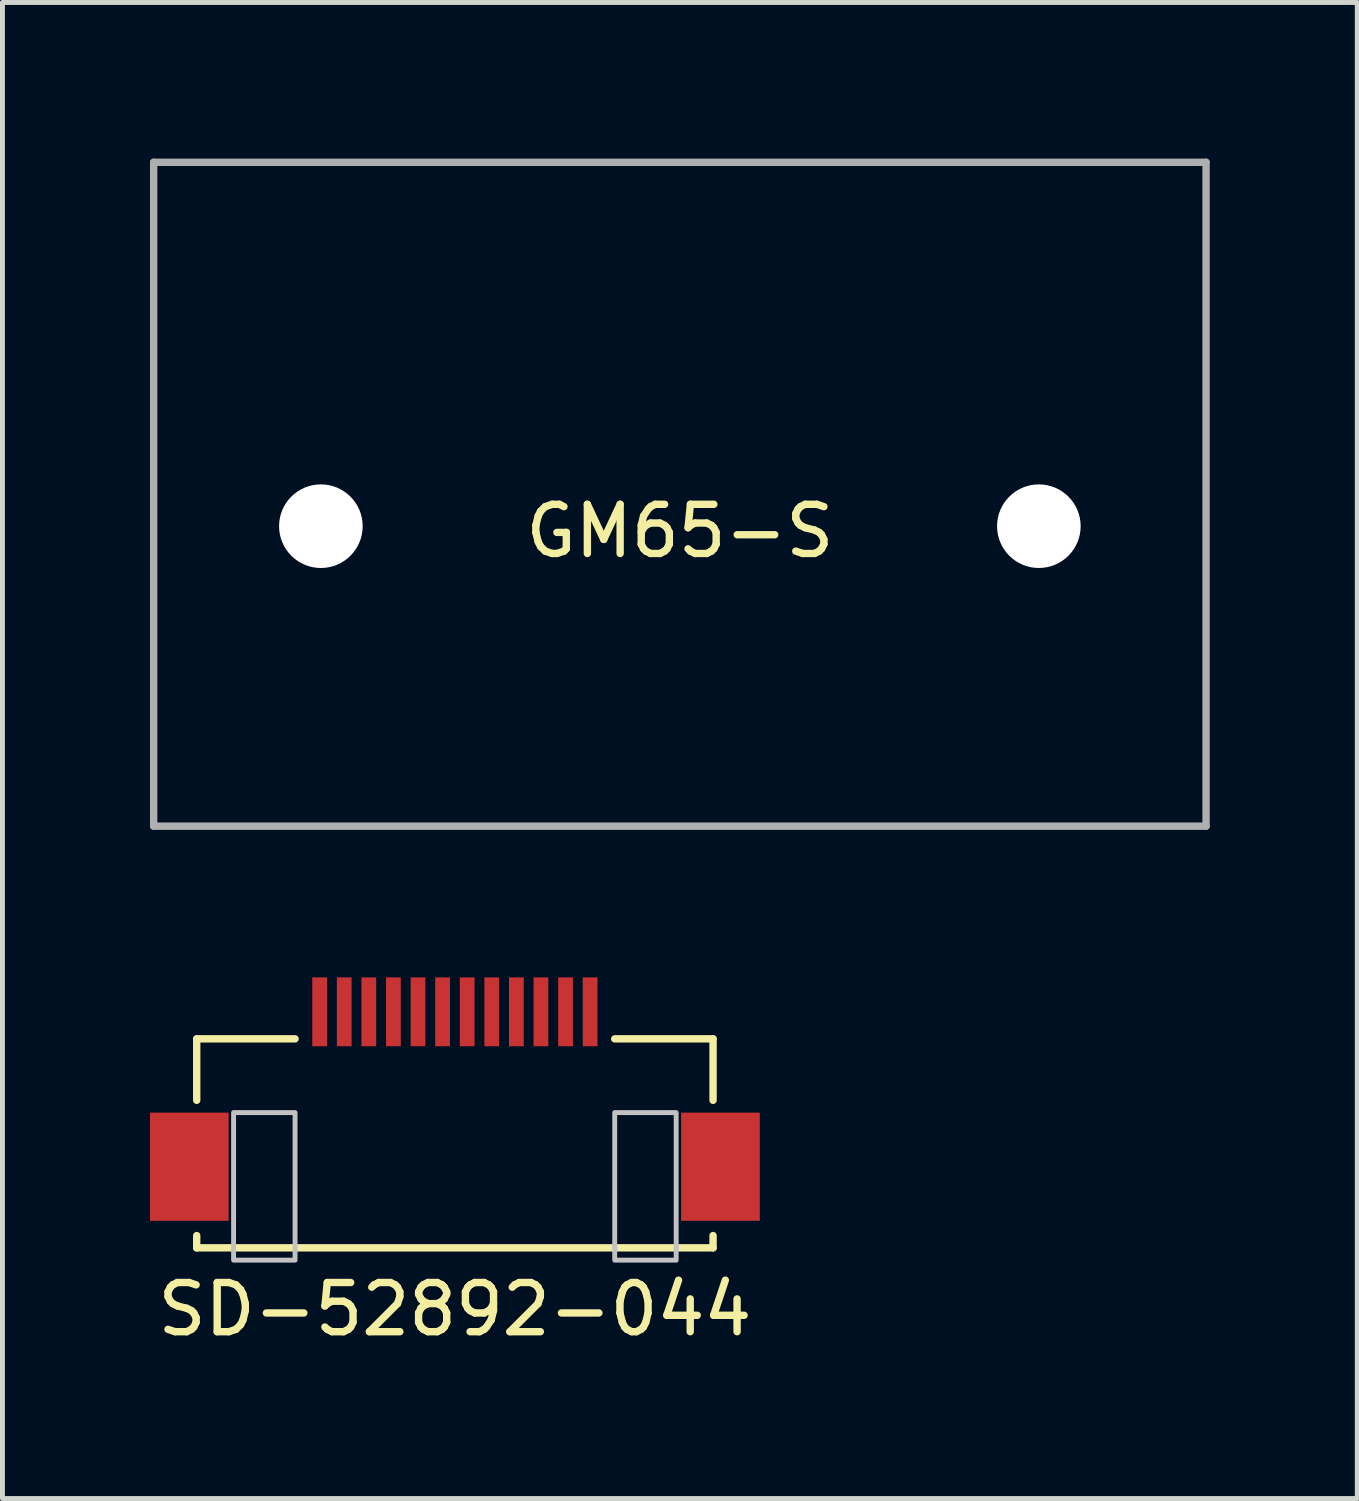
<source format=kicad_pcb>
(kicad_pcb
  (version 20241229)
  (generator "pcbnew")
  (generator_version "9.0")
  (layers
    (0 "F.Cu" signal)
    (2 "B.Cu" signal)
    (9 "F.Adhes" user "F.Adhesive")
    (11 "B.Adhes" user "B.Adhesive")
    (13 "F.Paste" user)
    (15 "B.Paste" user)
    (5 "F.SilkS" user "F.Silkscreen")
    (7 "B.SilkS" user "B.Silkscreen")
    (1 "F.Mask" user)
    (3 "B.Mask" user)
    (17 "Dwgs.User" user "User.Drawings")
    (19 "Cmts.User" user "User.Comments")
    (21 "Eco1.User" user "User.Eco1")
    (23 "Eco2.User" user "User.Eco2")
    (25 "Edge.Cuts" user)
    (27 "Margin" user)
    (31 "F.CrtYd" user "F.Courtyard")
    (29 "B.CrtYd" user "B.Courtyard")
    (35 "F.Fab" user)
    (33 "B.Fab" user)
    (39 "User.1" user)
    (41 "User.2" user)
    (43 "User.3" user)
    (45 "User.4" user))
  (footprint "GM65-S"
    (layer "F.Cu")
    (at 10.775 0.25)
    (property "Reference" "GM65-S" (at 0 7.5 0) (layer "F.SilkS") (effects (font (size 1 1) (thickness 0.15))))
    (attr through_hole)
    (fp_line (start -10.7 0) (end -10.7 13.5) (stroke (width 0.15) (type solid)) (layer "F.Fab"))
    (fp_line (start -10.7 13.5) (end 10.7 13.5) (stroke (width 0.15) (type solid)) (layer "F.Fab"))
    (fp_line (start 10.7 0) (end -10.7 0) (stroke (width 0.15) (type solid)) (layer "F.Fab"))
    (fp_line (start 10.7 13.5) (end 10.7 0) (stroke (width 0.15) (type solid)) (layer "F.Fab"))
    (pad "" np_thru_hole circle (at -7.3 7.4) (size 1.7 1.7) (drill 1.7) (layers "*.Cu" "*.Mask"))
    (pad "" np_thru_hole circle (at 7.3 7.4) (size 1.7 1.7) (drill 1.7) (layers "*.Cu" "*.Mask")))
  (footprint "SD-52892-044"
    (layer "F.Cu")
    (at 6.2 19.575)
    (property "Reference" "SD-52892-044" (at 0 4 0) (layer "F.SilkS") (effects (font (size 1 1) (thickness 0.15))))
    (attr through_hole)
    (fp_line (start -5.25 -1.5) (end -5.25 -0.25) (stroke (width 0.15) (type solid)) (layer "F.SilkS"))
    (fp_line (start -5.25 2.5) (end -5.25 2.75) (stroke (width 0.15) (type solid)) (layer "F.SilkS"))
    (fp_line (start -5.25 2.75) (end 5.25 2.75) (stroke (width 0.15) (type solid)) (layer "F.SilkS"))
    (fp_line (start -3.25 -1.5) (end -5.25 -1.5) (stroke (width 0.15) (type solid)) (layer "F.SilkS"))
    (fp_line (start 5.25 -1.5) (end 3.25 -1.5) (stroke (width 0.15) (type solid)) (layer "F.SilkS"))
    (fp_line (start 5.25 -0.25) (end 5.25 -1.5) (stroke (width 0.15) (type solid)) (layer "F.SilkS"))
    (fp_line (start 5.25 2.75) (end 5.25 2.5) (stroke (width 0.15) (type solid)) (layer "F.SilkS"))
    (fp_poly (pts (xy -3.25 0) (xy -4.5 0) (xy -4.5 3) (xy -3.25 3)) (stroke (width 0.1) (type solid)) (fill no) (layer "Dwgs.User"))
    (fp_poly (pts (xy 4.5 0) (xy 3.25 0) (xy 3.25 3) (xy 4.5 3)) (stroke (width 0.1) (type solid)) (fill no) (layer "Dwgs.User"))
    (pad "" smd rect (at -5.4 1.1) (size 1.6 2.2) (layers "F.Cu" "F.Mask" "F.Paste"))
    (pad "" smd rect (at 5.4 1.1) (size 1.6 2.2) (layers "F.Cu" "F.Mask" "F.Paste"))
    (pad "1" smd rect (at -2.75 -2.05) (size 0.3 1.4) (layers "F.Cu" "F.Mask" "F.Paste"))
    (pad "2" smd rect (at -2.25 -2.05) (size 0.3 1.4) (layers "F.Cu" "F.Mask" "F.Paste"))
    (pad "3" smd rect (at -1.75 -2.05) (size 0.3 1.4) (layers "F.Cu" "F.Mask" "F.Paste"))
    (pad "4" smd rect (at -1.25 -2.05) (size 0.3 1.4) (layers "F.Cu" "F.Mask" "F.Paste"))
    (pad "5" smd rect (at -0.75 -2.05) (size 0.3 1.4) (layers "F.Cu" "F.Mask" "F.Paste"))
    (pad "6" smd rect (at -0.25 -2.05) (size 0.3 1.4) (layers "F.Cu" "F.Mask" "F.Paste"))
    (pad "7" smd rect (at 0.25 -2.05) (size 0.3 1.4) (layers "F.Cu" "F.Mask" "F.Paste"))
    (pad "8" smd rect (at 0.75 -2.05) (size 0.3 1.4) (layers "F.Cu" "F.Mask" "F.Paste"))
    (pad "9" smd rect (at 1.25 -2.05) (size 0.3 1.4) (layers "F.Cu" "F.Mask" "F.Paste"))
    (pad "10" smd rect (at 1.75 -2.05) (size 0.3 1.4) (layers "F.Cu" "F.Mask" "F.Paste"))
    (pad "11" smd rect (at 2.25 -2.05) (size 0.3 1.4) (layers "F.Cu" "F.Mask" "F.Paste"))
    (pad "12" smd rect (at 2.75 -2.05) (size 0.3 1.4) (layers "F.Cu" "F.Mask" "F.Paste")))
  (gr_rect
    (start -3 -3)
    (end 24.55 27.423)
    (stroke (width 0.1) (type default))
    (fill no)
    (layer "Edge.Cuts")))
</source>
